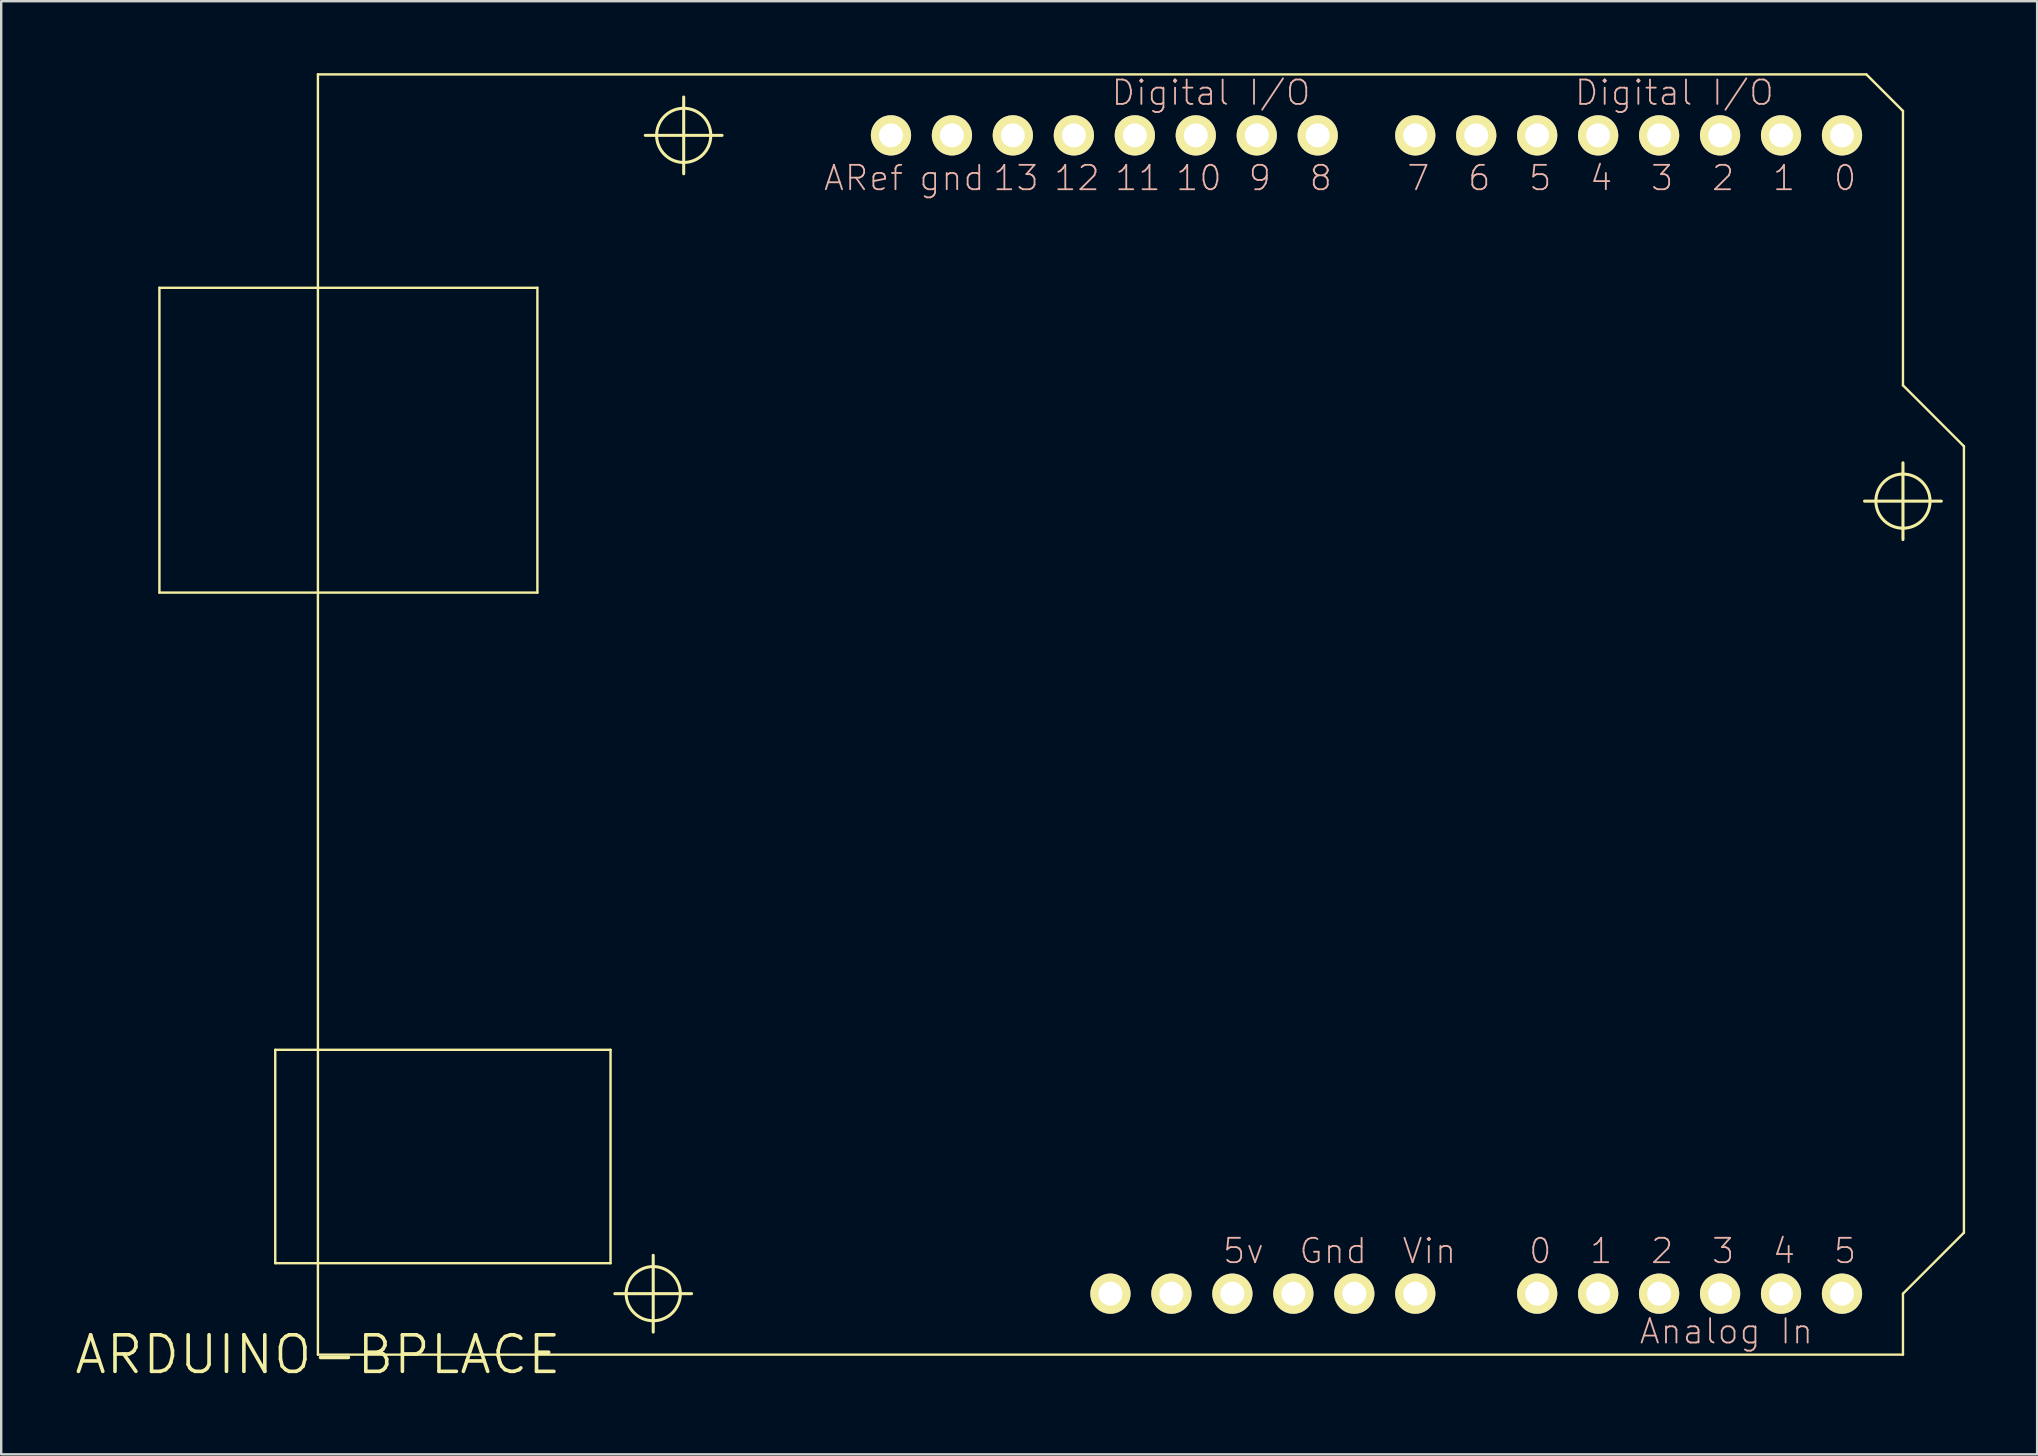
<source format=kicad_pcb>
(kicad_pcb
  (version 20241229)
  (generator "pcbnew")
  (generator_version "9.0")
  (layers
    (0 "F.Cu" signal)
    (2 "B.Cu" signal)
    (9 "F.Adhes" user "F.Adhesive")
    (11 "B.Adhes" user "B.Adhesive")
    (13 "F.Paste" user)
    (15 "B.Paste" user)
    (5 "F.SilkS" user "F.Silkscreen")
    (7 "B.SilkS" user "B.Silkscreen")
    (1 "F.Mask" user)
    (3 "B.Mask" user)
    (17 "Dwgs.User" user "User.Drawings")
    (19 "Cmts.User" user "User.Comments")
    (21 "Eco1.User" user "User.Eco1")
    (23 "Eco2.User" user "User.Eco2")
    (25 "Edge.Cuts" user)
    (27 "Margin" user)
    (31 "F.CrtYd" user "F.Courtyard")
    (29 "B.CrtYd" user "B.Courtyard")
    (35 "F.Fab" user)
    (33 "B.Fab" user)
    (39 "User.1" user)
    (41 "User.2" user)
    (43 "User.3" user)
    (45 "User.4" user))
  (footprint "ARDUINO-BPLACE"
    (layer "F.Cu")
    (at 10.196 53.39)
    (property "Reference" "ARDUINO-BPLACE" (at 0 0 0) (layer "F.SilkS") (effects (font (size 1.524 1.524) (thickness 0.15))))
    (attr exclude_from_pos_files exclude_from_bom)
    (fp_line (start -6.604 -44.45) (end -6.604 -31.75) (stroke (width 0.1) (type solid)) (layer "F.SilkS"))
    (fp_line (start -6.604 -31.75) (end 9.144 -31.75) (stroke (width 0.1) (type solid)) (layer "F.SilkS"))
    (fp_line (start -1.778 -12.7) (end -1.778 -3.81) (stroke (width 0.1) (type solid)) (layer "F.SilkS"))
    (fp_line (start -1.778 -3.81) (end 12.192 -3.81) (stroke (width 0.1) (type solid)) (layer "F.SilkS"))
    (fp_line (start 0 -53.34) (end 0 0) (stroke (width 0.1) (type solid)) (layer "F.SilkS"))
    (fp_line (start 0 0) (end 66.04 0) (stroke (width 0.1) (type solid)) (layer "F.SilkS"))
    (fp_line (start 9.144 -44.45) (end -6.604 -44.45) (stroke (width 0.1) (type solid)) (layer "F.SilkS"))
    (fp_line (start 9.144 -31.75) (end 9.144 -44.45) (stroke (width 0.1) (type solid)) (layer "F.SilkS"))
    (fp_line (start 12.192 -12.7) (end -1.778 -12.7) (stroke (width 0.1) (type solid)) (layer "F.SilkS"))
    (fp_line (start 12.192 -3.81) (end 12.192 -12.7) (stroke (width 0.1) (type solid)) (layer "F.SilkS"))
    (fp_line (start 12.37 -2.54) (end 15.568 -2.54) (stroke (width 0.127) (type solid)) (layer "F.SilkS"))
    (fp_line (start 13.64 -50.8) (end 16.838 -50.8) (stroke (width 0.127) (type solid)) (layer "F.SilkS"))
    (fp_line (start 13.97 -0.94) (end 13.97 -4.138) (stroke (width 0.127) (type solid)) (layer "F.SilkS"))
    (fp_line (start 15.24 -49.2) (end 15.24 -52.398) (stroke (width 0.127) (type solid)) (layer "F.SilkS"))
    (fp_line (start 64.44 -35.56) (end 67.638 -35.56) (stroke (width 0.127) (type solid)) (layer "F.SilkS"))
    (fp_line (start 64.516 -53.34) (end 0 -53.34) (stroke (width 0.1) (type solid)) (layer "F.SilkS"))
    (fp_line (start 66.04 -51.816) (end 64.516 -53.34) (stroke (width 0.1) (type solid)) (layer "F.SilkS"))
    (fp_line (start 66.04 -40.386) (end 66.04 -51.816) (stroke (width 0.1) (type solid)) (layer "F.SilkS"))
    (fp_line (start 66.04 -33.96) (end 66.04 -37.158) (stroke (width 0.127) (type solid)) (layer "F.SilkS"))
    (fp_line (start 66.04 -2.54) (end 68.58 -5.08) (stroke (width 0.1) (type solid)) (layer "F.SilkS"))
    (fp_line (start 66.04 0) (end 66.04 -2.54) (stroke (width 0.1) (type solid)) (layer "F.SilkS"))
    (fp_line (start 68.58 -37.846) (end 66.04 -40.386) (stroke (width 0.1) (type solid)) (layer "F.SilkS"))
    (fp_line (start 68.58 -5.08) (end 68.58 -37.846) (stroke (width 0.1) (type solid)) (layer "F.SilkS"))
    (fp_circle (center 13.97 -2.54) (end 14.768 -3.338) (stroke (width 0.127) (type solid)) (fill no) (layer "F.SilkS"))
    (fp_circle (center 15.24 -50.8) (end 16.038 -51.598) (stroke (width 0.127) (type solid)) (fill no) (layer "F.SilkS"))
    (fp_circle (center 66.04 -35.56) (end 66.838 -36.358) (stroke (width 0.127) (type solid)) (fill no) (layer "F.SilkS"))
    (fp_text user "3" (at 58.547 -4.318 0) (layer "B.SilkS") (effects (font (size 1.016 1.016) (thickness 0.076))))
    (fp_text user "gnd" (at 26.416 -49.022 180) (layer "B.SilkS") (effects (font (size 1.016 1.016) (thickness 0.076))))
    (fp_text user "13" (at 29.083 -49.022 180) (layer "B.SilkS") (effects (font (size 1.016 1.016) (thickness 0.076))))
    (fp_text user "11" (at 34.163 -49.022 180) (layer "B.SilkS") (effects (font (size 1.016 1.016) (thickness 0.076))))
    (fp_text user "0" (at 63.627 -49.022 180) (layer "B.SilkS") (effects (font (size 1.016 1.016) (thickness 0.076))))
    (fp_text user "10" (at 36.703 -49.022 180) (layer "B.SilkS") (effects (font (size 1.016 1.016) (thickness 0.076))))
    (fp_text user "5" (at 50.927 -49.022 180) (layer "B.SilkS") (effects (font (size 1.016 1.016) (thickness 0.076))))
    (fp_text user "3" (at 56.007 -49.022 180) (layer "B.SilkS") (effects (font (size 1.016 1.016) (thickness 0.076))))
    (fp_text user "1" (at 53.467 -4.318 0) (layer "B.SilkS") (effects (font (size 1.016 1.016) (thickness 0.076))))
    (fp_text user "5" (at 63.627 -4.318 0) (layer "B.SilkS") (effects (font (size 1.016 1.016) (thickness 0.076))))
    (fp_text user "2" (at 56.007 -4.318 0) (layer "B.SilkS") (effects (font (size 1.016 1.016) (thickness 0.076))))
    (fp_text user "4" (at 61.084 -4.318 0) (layer "B.SilkS") (effects (font (size 1.016 1.016) (thickness 0.076))))
    (fp_text user "8" (at 41.783 -49.022 180) (layer "B.SilkS") (effects (font (size 1.016 1.016) (thickness 0.076))))
    (fp_text user "1" (at 61.084 -49.022 180) (layer "B.SilkS") (effects (font (size 1.016 1.016) (thickness 0.076))))
    (fp_text user "6" (at 48.387 -49.022 180) (layer "B.SilkS") (effects (font (size 1.016 1.016) (thickness 0.076))))
    (fp_text user "0" (at 50.927 -4.318 0) (layer "B.SilkS") (effects (font (size 1.016 1.016) (thickness 0.076))))
    (fp_text user "5v" (at 38.562 -4.318 0) (layer "B.SilkS") (effects (font (size 1.016 1.016) (thickness 0.076))))
    (fp_text user "ARef" (at 22.733 -49.022 180) (layer "B.SilkS") (effects (font (size 1.016 1.016) (thickness 0.076))))
    (fp_text user "9" (at 39.243 -49.022 180) (layer "B.SilkS") (effects (font (size 1.016 1.016) (thickness 0.076))))
    (fp_text user "4" (at 53.467 -49.022 180) (layer "B.SilkS") (effects (font (size 1.016 1.016) (thickness 0.076))))
    (fp_text user "Gnd" (at 42.299 -4.318 0) (layer "B.SilkS") (effects (font (size 1.016 1.016) (thickness 0.076))))
    (fp_text user "Digital I/O" (at 37.211 -52.578 0) (layer "B.SilkS") (effects (font (size 1.016 1.016) (thickness 0.076))))
    (fp_text user "7" (at 45.847 -49.022 180) (layer "B.SilkS") (effects (font (size 1.016 1.016) (thickness 0.076))))
    (fp_text user "Vin" (at 46.309 -4.318 0) (layer "B.SilkS") (effects (font (size 1.016 1.016) (thickness 0.076))))
    (fp_text user "2" (at 58.547 -49.022 180) (layer "B.SilkS") (effects (font (size 1.016 1.016) (thickness 0.076))))
    (fp_text user "Digital I/O" (at 56.515 -52.578 0) (layer "B.SilkS") (effects (font (size 1.016 1.016) (thickness 0.076))))
    (fp_text user "Analog In" (at 58.682 -0.97 0) (layer "B.SilkS") (effects (font (size 1.016 1.016) (thickness 0.076))))
    (fp_text user "12" (at 31.623 -49.022 180) (layer "B.SilkS") (effects (font (size 1.016 1.016) (thickness 0.076))))
    (pad "3V" thru_hole circle (at 35.56 -2.54) (size 1.676 1.676) (drill 0.998) (layers "*.Cu" "F.Mask" "F.SilkS" "F.Paste"))
    (pad "5V" thru_hole circle (at 38.1 -2.54) (size 1.676 1.676) (drill 0.998) (layers "*.Cu" "F.Mask" "F.SilkS" "F.Paste"))
    (pad "A0" thru_hole circle (at 50.8 -2.54) (size 1.676 1.676) (drill 0.998) (layers "*.Cu" "F.Mask" "F.SilkS" "F.Paste"))
    (pad "A1" thru_hole circle (at 53.34 -2.54) (size 1.676 1.676) (drill 0.998) (layers "*.Cu" "F.Mask" "F.SilkS" "F.Paste"))
    (pad "A2" thru_hole circle (at 55.88 -2.54) (size 1.676 1.676) (drill 0.998) (layers "*.Cu" "F.Mask" "F.SilkS" "F.Paste"))
    (pad "A3" thru_hole circle (at 58.42 -2.54) (size 1.676 1.676) (drill 0.998) (layers "*.Cu" "F.Mask" "F.SilkS" "F.Paste"))
    (pad "A4" thru_hole circle (at 60.96 -2.54) (size 1.676 1.676) (drill 0.998) (layers "*.Cu" "F.Mask" "F.SilkS" "F.Paste"))
    (pad "A5" thru_hole circle (at 63.5 -2.54) (size 1.676 1.676) (drill 0.998) (layers "*.Cu" "F.Mask" "F.SilkS" "F.Paste"))
    (pad "AREF" thru_hole circle (at 23.876 -50.8) (size 1.676 1.676) (drill 0.998) (layers "*.Cu" "F.Mask" "F.SilkS" "F.Paste"))
    (pad "D0" thru_hole circle (at 63.5 -50.8) (size 1.676 1.676) (drill 0.998) (layers "*.Cu" "F.Mask" "F.SilkS" "F.Paste"))
    (pad "D1" thru_hole circle (at 60.96 -50.8) (size 1.676 1.676) (drill 0.998) (layers "*.Cu" "F.Mask" "F.SilkS" "F.Paste"))
    (pad "D2" thru_hole circle (at 58.42 -50.8) (size 1.676 1.676) (drill 0.998) (layers "*.Cu" "F.Mask" "F.SilkS" "F.Paste"))
    (pad "D3" thru_hole circle (at 55.88 -50.8) (size 1.676 1.676) (drill 0.998) (layers "*.Cu" "F.Mask" "F.SilkS" "F.Paste"))
    (pad "D4" thru_hole circle (at 53.34 -50.8) (size 1.676 1.676) (drill 0.998) (layers "*.Cu" "F.Mask" "F.SilkS" "F.Paste"))
    (pad "D5" thru_hole circle (at 50.8 -50.8) (size 1.676 1.676) (drill 0.998) (layers "*.Cu" "F.Mask" "F.SilkS" "F.Paste"))
    (pad "D6" thru_hole circle (at 48.26 -50.8) (size 1.676 1.676) (drill 0.998) (layers "*.Cu" "F.Mask" "F.SilkS" "F.Paste"))
    (pad "D7" thru_hole circle (at 45.72 -50.8) (size 1.676 1.676) (drill 0.998) (layers "*.Cu" "F.Mask" "F.SilkS" "F.Paste"))
    (pad "D8" thru_hole circle (at 41.656 -50.8) (size 1.676 1.676) (drill 0.998) (layers "*.Cu" "F.Mask" "F.SilkS" "F.Paste"))
    (pad "D9" thru_hole circle (at 39.116 -50.8) (size 1.676 1.676) (drill 0.998) (layers "*.Cu" "F.Mask" "F.SilkS" "F.Paste"))
    (pad "D10" thru_hole circle (at 36.576 -50.8) (size 1.676 1.676) (drill 0.998) (layers "*.Cu" "F.Mask" "F.SilkS" "F.Paste"))
    (pad "D11" thru_hole circle (at 34.036 -50.8) (size 1.676 1.676) (drill 0.998) (layers "*.Cu" "F.Mask" "F.SilkS" "F.Paste"))
    (pad "D12" thru_hole circle (at 31.496 -50.8) (size 1.676 1.676) (drill 0.998) (layers "*.Cu" "F.Mask" "F.SilkS" "F.Paste"))
    (pad "D13" thru_hole circle (at 28.953 -50.8) (size 1.676 1.676) (drill 0.998) (layers "*.Cu" "F.Mask" "F.SilkS" "F.Paste"))
    (pad "GND" thru_hole circle (at 26.416 -50.8) (size 1.676 1.676) (drill 0.998) (layers "*.Cu" "F.Mask" "F.SilkS" "F.Paste"))
    (pad "GND1" thru_hole circle (at 43.18 -2.54) (size 1.676 1.676) (drill 0.998) (layers "*.Cu" "F.Mask" "F.SilkS" "F.Paste"))
    (pad "GND2" thru_hole circle (at 40.64 -2.54) (size 1.676 1.676) (drill 0.998) (layers "*.Cu" "F.Mask" "F.SilkS" "F.Paste"))
    (pad "RESE" thru_hole circle (at 33.02 -2.54) (size 1.676 1.676) (drill 0.998) (layers "*.Cu" "F.Mask" "F.SilkS" "F.Paste"))
    (pad "VIN" thru_hole circle (at 45.72 -2.54) (size 1.676 1.676) (drill 0.998) (layers "*.Cu" "F.Mask" "F.SilkS" "F.Paste")))
  (gr_rect
    (start -3 -3)
    (end 81.826 57.545)
    (stroke (width 0.1) (type default))
    (fill no)
    (layer "Edge.Cuts")))
</source>
